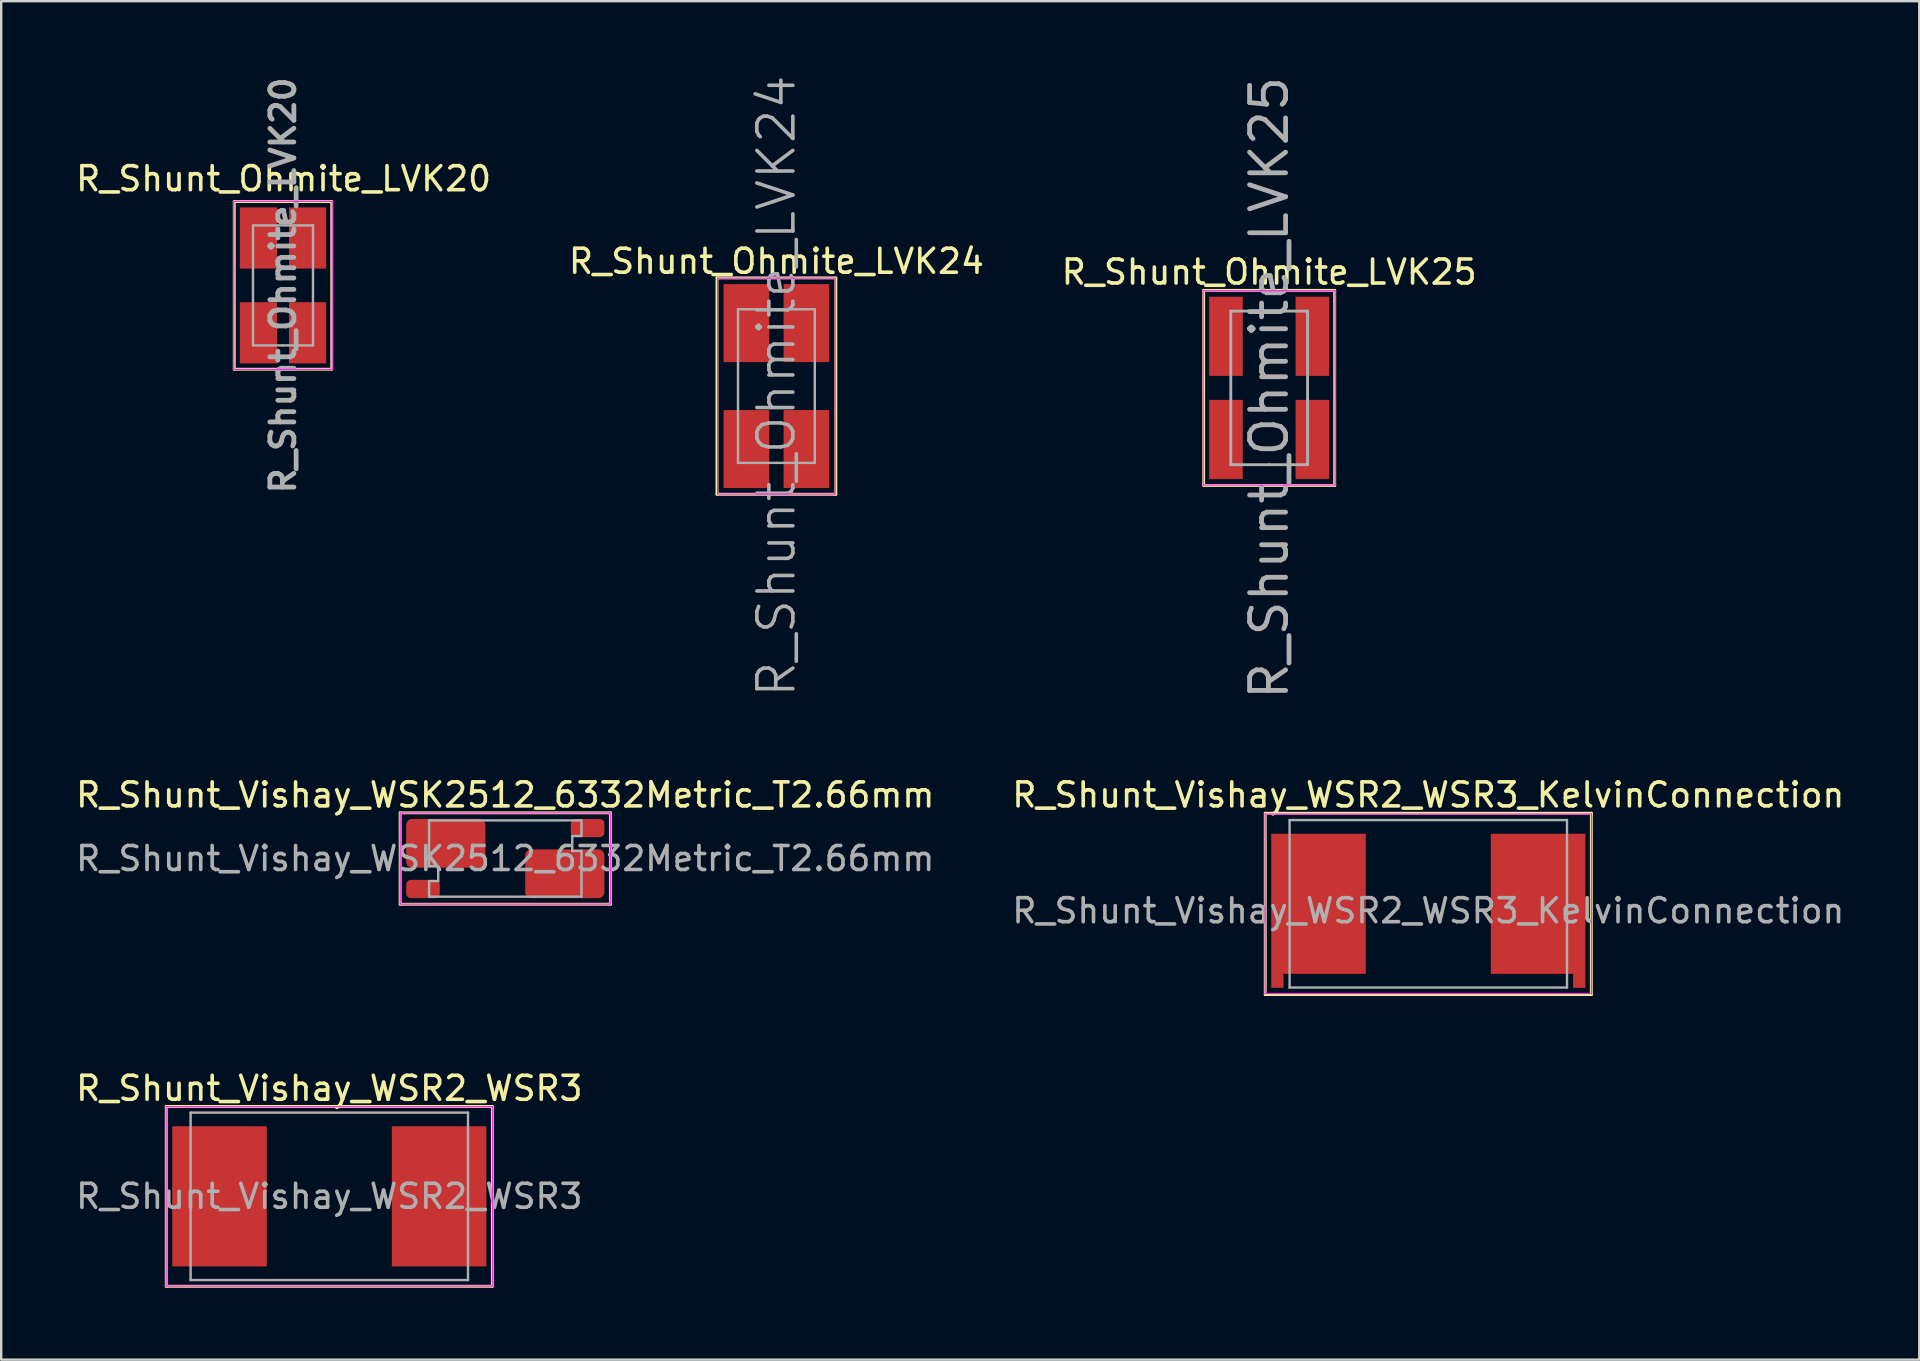
<source format=kicad_pcb>
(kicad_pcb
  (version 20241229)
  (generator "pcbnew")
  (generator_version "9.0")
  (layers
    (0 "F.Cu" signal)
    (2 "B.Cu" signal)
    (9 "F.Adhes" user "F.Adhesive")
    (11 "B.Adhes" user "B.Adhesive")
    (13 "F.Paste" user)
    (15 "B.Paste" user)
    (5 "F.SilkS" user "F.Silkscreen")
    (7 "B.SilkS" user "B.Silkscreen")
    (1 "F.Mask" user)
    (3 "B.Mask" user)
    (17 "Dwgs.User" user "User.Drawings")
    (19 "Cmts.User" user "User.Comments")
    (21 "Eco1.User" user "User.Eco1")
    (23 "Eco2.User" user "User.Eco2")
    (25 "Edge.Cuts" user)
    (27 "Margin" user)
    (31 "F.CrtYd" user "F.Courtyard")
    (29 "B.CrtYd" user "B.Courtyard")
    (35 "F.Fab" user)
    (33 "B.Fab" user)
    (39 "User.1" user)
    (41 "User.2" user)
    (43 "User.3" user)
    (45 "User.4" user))
  (footprint "R_Shunt_Ohmite_LVK24"
    (layer "F.Cu")
    (at 29.304 13.039)
    (property "Reference" "R_Shunt_Ohmite_LVK24" (at 0 -5.2 0) (layer "F.SilkS") (effects (font (size 1 1) (thickness 0.15))))
    (attr smd)
    (fp_line (start -2.477 -4.508) (end -2.413 -4.508) (stroke (width 0.12) (type solid)) (layer "F.SilkS"))
    (fp_line (start -2.477 4.508) (end -2.477 -4.508) (stroke (width 0.12) (type solid)) (layer "F.SilkS"))
    (fp_line (start -2.413 -4.508) (end 2.477 -4.508) (stroke (width 0.12) (type solid)) (layer "F.SilkS"))
    (fp_line (start 2.477 -4.508) (end 2.477 4.508) (stroke (width 0.12) (type solid)) (layer "F.SilkS"))
    (fp_line (start 2.477 4.508) (end -2.477 4.508) (stroke (width 0.12) (type solid)) (layer "F.SilkS"))
    (fp_line (start -2.45 -4.5) (end 2.45 -4.5) (stroke (width 0.05) (type solid)) (layer "F.CrtYd"))
    (fp_line (start -2.45 4.5) (end -2.45 -4.5) (stroke (width 0.05) (type solid)) (layer "F.CrtYd"))
    (fp_line (start 2.45 -4.5) (end 2.45 4.5) (stroke (width 0.05) (type solid)) (layer "F.CrtYd"))
    (fp_line (start 2.45 4.5) (end -2.45 4.5) (stroke (width 0.05) (type solid)) (layer "F.CrtYd"))
    (fp_line (start -1.6 -3.2) (end 1.6 -3.2) (stroke (width 0.1) (type solid)) (layer "F.Fab"))
    (fp_line (start -1.6 3.2) (end -1.6 -3.2) (stroke (width 0.1) (type solid)) (layer "F.Fab"))
    (fp_line (start 0 3.2) (end -1.6 3.2) (stroke (width 0.1) (type solid)) (layer "F.Fab"))
    (fp_line (start 1.6 -3.2) (end 1.6 3.2) (stroke (width 0.1) (type solid)) (layer "F.Fab"))
    (fp_line (start 1.6 3.2) (end 0 3.2) (stroke (width 0.1) (type solid)) (layer "F.Fab"))
    (fp_text user "${REFERENCE}" (at 0 0 90) (layer "F.Fab") (effects (font (size 1.5 1.5) (thickness 0.15))))
    (pad "1" smd rect (at -1.25 -2.625) (size 1.9 3.25) (layers "F.Cu" "F.Mask" "F.Paste"))
    (pad "2" smd rect (at 1.25 -2.625) (size 1.9 3.25) (layers "F.Cu" "F.Mask" "F.Paste"))
    (pad "3" smd rect (at -1.25 2.625) (size 1.9 3.25) (layers "F.Cu" "F.Mask" "F.Paste"))
    (pad "4" smd rect (at 1.25 2.625) (size 1.9 3.25) (layers "F.Cu" "F.Mask" "F.Paste")))
  (footprint "R_Shunt_Vishay_WSR2_WSR3_KelvinConnection"
    (layer "F.Cu")
    (at 56.47 34.903)
    (property "Reference" "R_Shunt_Vishay_WSR2_WSR3_KelvinConnection" (at 0 -4.826 0) (layer "F.SilkS") (effects (font (size 1 1) (thickness 0.15))))
    (attr smd)
    (fp_line (start -6.795 -4.064) (end 6.795 -4.064) (stroke (width 0.12) (type solid)) (layer "F.SilkS"))
    (fp_line (start -6.795 3.493) (end -6.795 -4.064) (stroke (width 0.12) (type solid)) (layer "F.SilkS"))
    (fp_line (start 6.795 -4.064) (end 6.795 -4) (stroke (width 0.12) (type solid)) (layer "F.SilkS"))
    (fp_line (start 6.795 -4) (end 6.795 3.493) (stroke (width 0.12) (type solid)) (layer "F.SilkS"))
    (fp_line (start 6.795 3.493) (end -6.795 3.493) (stroke (width 0.12) (type solid)) (layer "F.SilkS"))
    (fp_line (start -6.8 -4.03) (end -6.8 3.45) (stroke (width 0.05) (type solid)) (layer "F.CrtYd"))
    (fp_line (start -6.8 -4.03) (end 6.8 -4.03) (stroke (width 0.05) (type solid)) (layer "F.CrtYd"))
    (fp_line (start -6.8 3.45) (end 6.8 3.45) (stroke (width 0.05) (type solid)) (layer "F.CrtYd"))
    (fp_line (start 6.8 -4.03) (end 6.8 3.45) (stroke (width 0.05) (type solid)) (layer "F.CrtYd"))
    (fp_line (start -5.78 -3.78) (end -5.78 3.2) (stroke (width 0.1) (type solid)) (layer "F.Fab"))
    (fp_line (start -5.78 -3.78) (end 5.78 -3.78) (stroke (width 0.1) (type solid)) (layer "F.Fab"))
    (fp_line (start -5.78 3.2) (end 5.78 3.2) (stroke (width 0.1) (type solid)) (layer "F.Fab"))
    (fp_line (start 5.78 -3.78) (end 5.78 3.2) (stroke (width 0.1) (type solid)) (layer "F.Fab"))
    (fp_text user "${REFERENCE}" (at 0 0 0) (layer "F.Fab") (effects (font (size 1 1) (thickness 0.15))))
    (pad "1" smd rect (at -6.29 2.91) (size 0.51 0.6) (layers "F.Cu" "F.Mask" "F.Paste"))
    (pad "1" smd rect (at -4.575 -0.29) (size 3.94 5.84) (layers "F.Cu" "F.Mask" "F.Paste"))
    (pad "2" smd rect (at 4.575 -0.29) (size 3.94 5.84) (layers "F.Cu" "F.Mask" "F.Paste"))
    (pad "2" smd rect (at 6.29 2.91) (size 0.51 0.6) (layers "F.Cu" "F.Mask" "F.Paste")))
  (footprint "R_Shunt_Vishay_WSK2512_6332Metric_T2.66mm"
    (layer "F.Cu")
    (at 18.006 32.727)
    (property "Reference" "R_Shunt_Vishay_WSK2512_6332Metric_T2.66mm" (at 0 -2.65 0) (layer "F.SilkS") (effects (font (size 1 1) (thickness 0.15))))
    (attr smd)
    (fp_line (start -4.381 -1.905) (end 4.381 -1.905) (stroke (width 0.12) (type solid)) (layer "F.SilkS"))
    (fp_line (start -4.381 1.905) (end -4.381 -1.905) (stroke (width 0.12) (type solid)) (layer "F.SilkS"))
    (fp_line (start 4.381 -1.905) (end 4.381 1.905) (stroke (width 0.12) (type solid)) (layer "F.SilkS"))
    (fp_line (start 4.381 1.905) (end -4.381 1.905) (stroke (width 0.12) (type solid)) (layer "F.SilkS"))
    (fp_line (start -4.38 -1.9) (end 4.38 -1.9) (stroke (width 0.05) (type solid)) (layer "F.CrtYd"))
    (fp_line (start -4.38 1.9) (end -4.38 -1.9) (stroke (width 0.05) (type solid)) (layer "F.CrtYd"))
    (fp_line (start 4.38 -1.9) (end 4.38 1.9) (stroke (width 0.05) (type solid)) (layer "F.CrtYd"))
    (fp_line (start 4.38 1.9) (end -4.38 1.9) (stroke (width 0.05) (type solid)) (layer "F.CrtYd"))
    (fp_line (start -3.175 -1.59) (end 3.175 -1.59) (stroke (width 0.1) (type solid)) (layer "F.Fab"))
    (fp_line (start -3.175 0.32) (end -3.175 -1.59) (stroke (width 0.1) (type solid)) (layer "F.Fab"))
    (fp_line (start -3.175 0.32) (end -2.795 0.32) (stroke (width 0.1) (type solid)) (layer "F.Fab"))
    (fp_line (start -3.175 0.94) (end -3.175 1.59) (stroke (width 0.1) (type solid)) (layer "F.Fab"))
    (fp_line (start -3.175 0.94) (end -2.795 0.94) (stroke (width 0.1) (type solid)) (layer "F.Fab"))
    (fp_line (start -2.795 0.94) (end -2.795 0.32) (stroke (width 0.1) (type solid)) (layer "F.Fab"))
    (fp_line (start 2.79 -0.94) (end 3.17 -0.94) (stroke (width 0.1) (type solid)) (layer "F.Fab"))
    (fp_line (start 2.79 -0.32) (end 2.79 -0.94) (stroke (width 0.1) (type solid)) (layer "F.Fab"))
    (fp_line (start 2.79 -0.32) (end 3.17 -0.32) (stroke (width 0.1) (type solid)) (layer "F.Fab"))
    (fp_line (start 3.175 -0.94) (end 3.175 -1.59) (stroke (width 0.1) (type solid)) (layer "F.Fab"))
    (fp_line (start 3.175 -0.32) (end 3.175 1.59) (stroke (width 0.1) (type solid)) (layer "F.Fab"))
    (fp_line (start 3.175 1.59) (end -3.175 1.59) (stroke (width 0.1) (type solid)) (layer "F.Fab"))
    (fp_text user "${REFERENCE}" (at 0 0 0) (layer "F.Fab") (effects (font (size 1 1) (thickness 0.15))))
    (pad "1" smd roundrect (at -2.48 -0.635) (size 3.3 2.03) (layers "F.Cu" "F.Mask" "F.Paste") (roundrect_rratio 0.12))
    (pad "2" smd roundrect (at -3.43 1.27) (size 1.4 0.76) (layers "F.Cu" "F.Mask" "F.Paste") (roundrect_rratio 0.25))
    (pad "3" smd roundrect (at 3.43 -1.27) (size 1.4 0.76) (layers "F.Cu" "F.Mask" "F.Paste") (roundrect_rratio 0.25))
    (pad "4" smd roundrect (at 2.48 0.635) (size 3.3 2.03) (layers "F.Cu" "F.Mask" "F.Paste") (roundrect_rratio 0.12)))
  (footprint "R_Shunt_Ohmite_LVK25"
    (layer "F.Cu")
    (at 49.839 13.114)
    (property "Reference" "R_Shunt_Ohmite_LVK25" (at 0 -4.826 0) (layer "F.SilkS") (effects (font (size 1 1) (thickness 0.15))))
    (attr smd)
    (fp_line (start -2.731 -4.064) (end -2.731 4) (stroke (width 0.12) (type solid)) (layer "F.SilkS"))
    (fp_line (start -2.731 4) (end -2.731 4.064) (stroke (width 0.12) (type solid)) (layer "F.SilkS"))
    (fp_line (start -2.731 4.064) (end 2.731 4.064) (stroke (width 0.12) (type solid)) (layer "F.SilkS"))
    (fp_line (start 2.731 -4.064) (end -2.731 -4.064) (stroke (width 0.12) (type solid)) (layer "F.SilkS"))
    (fp_line (start 2.731 4.064) (end 2.731 -4.064) (stroke (width 0.12) (type solid)) (layer "F.SilkS"))
    (fp_line (start -2.75 -4.05) (end 2.75 -4.05) (stroke (width 0.05) (type solid)) (layer "F.CrtYd"))
    (fp_line (start -2.75 4.05) (end -2.75 -4.05) (stroke (width 0.05) (type solid)) (layer "F.CrtYd"))
    (fp_line (start 2.75 -4.05) (end 2.75 4.05) (stroke (width 0.05) (type solid)) (layer "F.CrtYd"))
    (fp_line (start 2.75 4.05) (end -2.75 4.05) (stroke (width 0.05) (type solid)) (layer "F.CrtYd"))
    (fp_line (start -1.6 -3.2) (end 1.6 -3.2) (stroke (width 0.12) (type solid)) (layer "F.Fab"))
    (fp_line (start -1.6 3.2) (end -1.6 -3.2) (stroke (width 0.12) (type solid)) (layer "F.Fab"))
    (fp_line (start 0 3.2) (end -1.6 3.2) (stroke (width 0.12) (type solid)) (layer "F.Fab"))
    (fp_line (start 1.6 -3.2) (end 1.6 3.2) (stroke (width 0.12) (type solid)) (layer "F.Fab"))
    (fp_line (start 1.6 3.2) (end 0 3.2) (stroke (width 0.12) (type solid)) (layer "F.Fab"))
    (fp_text user "${REFERENCE}" (at 0 0 90) (layer "F.Fab") (effects (font (size 1.5 1.5) (thickness 0.2))))
    (pad "1" smd rect (at -1.8 -2.15) (size 1.4 3.3) (layers "F.Cu" "F.Mask" "F.Paste"))
    (pad "2" smd rect (at -1.8 2.15) (size 1.4 3.3) (layers "F.Cu" "F.Mask" "F.Paste"))
    (pad "3" smd rect (at 1.8 -2.15) (size 1.4 3.3) (layers "F.Cu" "F.Mask" "F.Paste"))
    (pad "4" smd rect (at 1.8 2.15) (size 1.4 3.3) (layers "F.Cu" "F.Mask" "F.Paste")))
  (footprint "R_Shunt_Vishay_WSR2_WSR3"
    (layer "F.Cu")
    (at 10.673 46.804)
    (property "Reference" "R_Shunt_Vishay_WSR2_WSR3" (at 0 -4.5 0) (layer "F.SilkS") (effects (font (size 1 1) (thickness 0.15))))
    (attr smd)
    (fp_line (start -6.795 -3.747) (end -6.795 3.747) (stroke (width 0.12) (type solid)) (layer "F.SilkS"))
    (fp_line (start -6.795 3.747) (end 6.795 3.747) (stroke (width 0.12) (type solid)) (layer "F.SilkS"))
    (fp_line (start 6.795 -3.747) (end -6.795 -3.747) (stroke (width 0.12) (type solid)) (layer "F.SilkS"))
    (fp_line (start 6.795 3.747) (end 6.795 -3.747) (stroke (width 0.12) (type solid)) (layer "F.SilkS"))
    (fp_line (start -6.8 -3.74) (end -6.8 3.74) (stroke (width 0.05) (type solid)) (layer "F.CrtYd"))
    (fp_line (start -6.8 -3.74) (end 6.8 -3.74) (stroke (width 0.05) (type solid)) (layer "F.CrtYd"))
    (fp_line (start -6.8 3.74) (end 6.8 3.74) (stroke (width 0.05) (type solid)) (layer "F.CrtYd"))
    (fp_line (start 6.8 -3.74) (end 6.8 3.74) (stroke (width 0.05) (type solid)) (layer "F.CrtYd"))
    (fp_line (start -5.78 -3.49) (end -5.78 3.49) (stroke (width 0.1) (type solid)) (layer "F.Fab"))
    (fp_line (start -5.78 -3.49) (end 5.78 -3.49) (stroke (width 0.1) (type solid)) (layer "F.Fab"))
    (fp_line (start -5.78 3.49) (end 5.78 3.49) (stroke (width 0.1) (type solid)) (layer "F.Fab"))
    (fp_line (start 5.78 -3.49) (end 5.78 3.49) (stroke (width 0.1) (type solid)) (layer "F.Fab"))
    (fp_text user "${REFERENCE}" (at 0 0 0) (layer "F.Fab") (effects (font (size 1 1) (thickness 0.15))))
    (pad "1" smd rect (at -4.575 0) (size 3.94 5.84) (layers "F.Cu" "F.Mask" "F.Paste"))
    (pad "2" smd rect (at 4.575 0) (size 3.94 5.84) (layers "F.Cu" "F.Mask" "F.Paste")))
  (footprint "R_Shunt_Ohmite_LVK20"
    (layer "F.Cu")
    (at 8.743 8.843)
    (property "Reference" "R_Shunt_Ohmite_LVK20" (at 0.025 -4.445 0) (layer "F.SilkS") (effects (font (size 1 1) (thickness 0.15))))
    (attr smd)
    (fp_line (start -2.032 -3.493) (end -2.032 3.493) (stroke (width 0.12) (type solid)) (layer "F.SilkS"))
    (fp_line (start -2.032 3.493) (end 2.032 3.493) (stroke (width 0.12) (type solid)) (layer "F.SilkS"))
    (fp_line (start 2.032 -3.493) (end -2.032 -3.493) (stroke (width 0.12) (type solid)) (layer "F.SilkS"))
    (fp_line (start 2.032 3.493) (end 2.032 -3.493) (stroke (width 0.12) (type solid)) (layer "F.SilkS"))
    (fp_line (start -2.05 -3.5) (end 2.05 -3.5) (stroke (width 0.05) (type solid)) (layer "F.CrtYd"))
    (fp_line (start -2.05 3.5) (end -2.05 -3.5) (stroke (width 0.05) (type solid)) (layer "F.CrtYd"))
    (fp_line (start 2.05 -3.5) (end 2.05 3.5) (stroke (width 0.05) (type solid)) (layer "F.CrtYd"))
    (fp_line (start 2.05 3.5) (end -2.05 3.5) (stroke (width 0.05) (type solid)) (layer "F.CrtYd"))
    (fp_line (start -1.25 -2.5) (end 1.25 -2.5) (stroke (width 0.1) (type solid)) (layer "F.Fab"))
    (fp_line (start -1.25 2.5) (end -1.25 -2.5) (stroke (width 0.1) (type solid)) (layer "F.Fab"))
    (fp_line (start 0 2.5) (end -1.25 2.5) (stroke (width 0.1) (type solid)) (layer "F.Fab"))
    (fp_line (start 1.25 -2.5) (end 1.25 2.5) (stroke (width 0.1) (type solid)) (layer "F.Fab"))
    (fp_line (start 1.25 2.5) (end 0 2.5) (stroke (width 0.1) (type solid)) (layer "F.Fab"))
    (fp_text user "${REFERENCE}" (at 0 0 90) (layer "F.Fab") (effects (font (size 1 1) (thickness 0.2))))
    (pad "1" smd rect (at -1.025 -1.975) (size 1.55 2.55) (layers "F.Cu" "F.Mask" "F.Paste"))
    (pad "2" smd rect (at 1.025 -1.975) (size 1.55 2.55) (layers "F.Cu" "F.Mask" "F.Paste"))
    (pad "3" smd rect (at -1.025 1.975) (size 1.55 2.55) (layers "F.Cu" "F.Mask" "F.Paste"))
    (pad "4" smd rect (at 1.025 1.975) (size 1.55 2.55) (layers "F.Cu" "F.Mask" "F.Paste")))
  (gr_rect
    (start -3 -3)
    (end 76.929 53.61)
    (stroke (width 0.1) (type default))
    (fill no)
    (layer "Edge.Cuts")))
</source>
